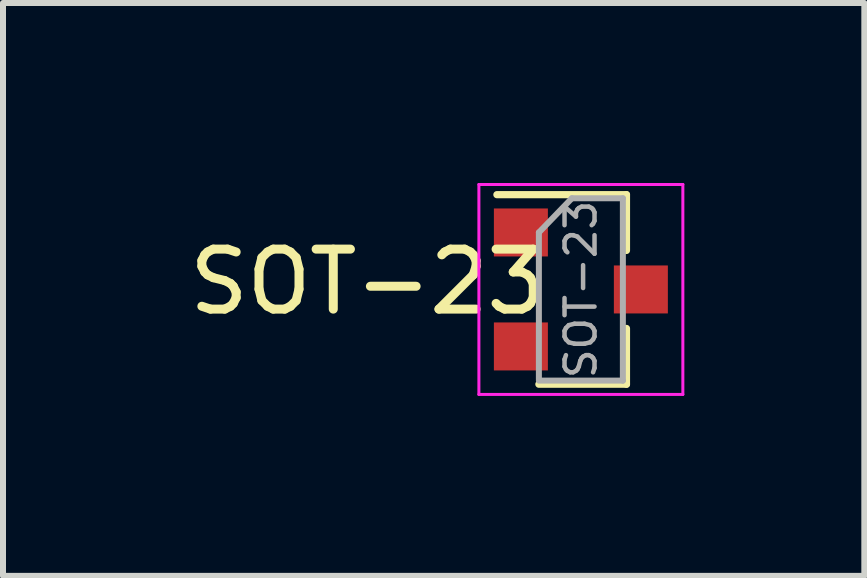
<source format=kicad_pcb>
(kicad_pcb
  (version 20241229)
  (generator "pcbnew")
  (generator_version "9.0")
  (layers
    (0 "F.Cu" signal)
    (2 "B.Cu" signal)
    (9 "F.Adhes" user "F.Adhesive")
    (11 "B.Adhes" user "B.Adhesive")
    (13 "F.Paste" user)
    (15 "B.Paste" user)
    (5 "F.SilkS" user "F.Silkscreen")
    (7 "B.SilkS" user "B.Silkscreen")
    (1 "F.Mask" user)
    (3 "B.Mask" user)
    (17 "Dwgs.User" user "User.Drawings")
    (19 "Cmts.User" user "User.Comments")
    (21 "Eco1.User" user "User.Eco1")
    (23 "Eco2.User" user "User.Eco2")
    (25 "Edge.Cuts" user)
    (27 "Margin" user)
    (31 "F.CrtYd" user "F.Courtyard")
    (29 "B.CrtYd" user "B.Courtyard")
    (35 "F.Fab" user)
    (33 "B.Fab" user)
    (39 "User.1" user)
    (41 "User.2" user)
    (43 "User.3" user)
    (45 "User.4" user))
  (footprint "SOT-23"
    (layer "F.Cu")
    (at 6.633 1.775)
    (property "Reference" "SOT-23" (at -3.556 -0.127 0) (layer "F.SilkS") (effects (font (size 1 1) (thickness 0.15))))
    (attr smd)
    (fp_line (start 0.76 -1.58) (end -1.4 -1.58) (stroke (width 0.12) (type solid)) (layer "F.SilkS"))
    (fp_line (start 0.76 -1.58) (end 0.76 -0.65) (stroke (width 0.12) (type solid)) (layer "F.SilkS"))
    (fp_line (start 0.76 1.58) (end -0.7 1.58) (stroke (width 0.12) (type solid)) (layer "F.SilkS"))
    (fp_line (start 0.76 1.58) (end 0.76 0.65) (stroke (width 0.12) (type solid)) (layer "F.SilkS"))
    (fp_line (start -1.7 -1.75) (end 1.7 -1.75) (stroke (width 0.05) (type solid)) (layer "F.CrtYd"))
    (fp_line (start -1.7 1.75) (end -1.7 -1.75) (stroke (width 0.05) (type solid)) (layer "F.CrtYd"))
    (fp_line (start 1.7 -1.75) (end 1.7 1.75) (stroke (width 0.05) (type solid)) (layer "F.CrtYd"))
    (fp_line (start 1.7 1.75) (end -1.7 1.75) (stroke (width 0.05) (type solid)) (layer "F.CrtYd"))
    (fp_line (start -0.7 -0.95) (end -0.7 1.5) (stroke (width 0.1) (type solid)) (layer "F.Fab"))
    (fp_line (start -0.7 -0.95) (end -0.15 -1.52) (stroke (width 0.1) (type solid)) (layer "F.Fab"))
    (fp_line (start -0.7 1.52) (end 0.7 1.52) (stroke (width 0.1) (type solid)) (layer "F.Fab"))
    (fp_line (start -0.15 -1.52) (end 0.7 -1.52) (stroke (width 0.1) (type solid)) (layer "F.Fab"))
    (fp_line (start 0.7 -1.52) (end 0.7 1.52) (stroke (width 0.1) (type solid)) (layer "F.Fab"))
    (fp_text user "${REFERENCE}" (at 0 0 90) (layer "F.Fab") (effects (font (size 0.5 0.5) (thickness 0.075))))
    (pad "1" smd rect (at -1 -0.95) (size 0.9 0.8) (layers "F.Cu" "F.Mask" "F.Paste"))
    (pad "2" smd rect (at -1 0.95) (size 0.9 0.8) (layers "F.Cu" "F.Mask" "F.Paste"))
    (pad "3" smd rect (at 1 0) (size 0.9 0.8) (layers "F.Cu" "F.Mask" "F.Paste")))
  (gr_rect
    (start -3 -3)
    (end 11.358 6.55)
    (stroke (width 0.1) (type default))
    (fill no)
    (layer "Edge.Cuts")))
</source>
